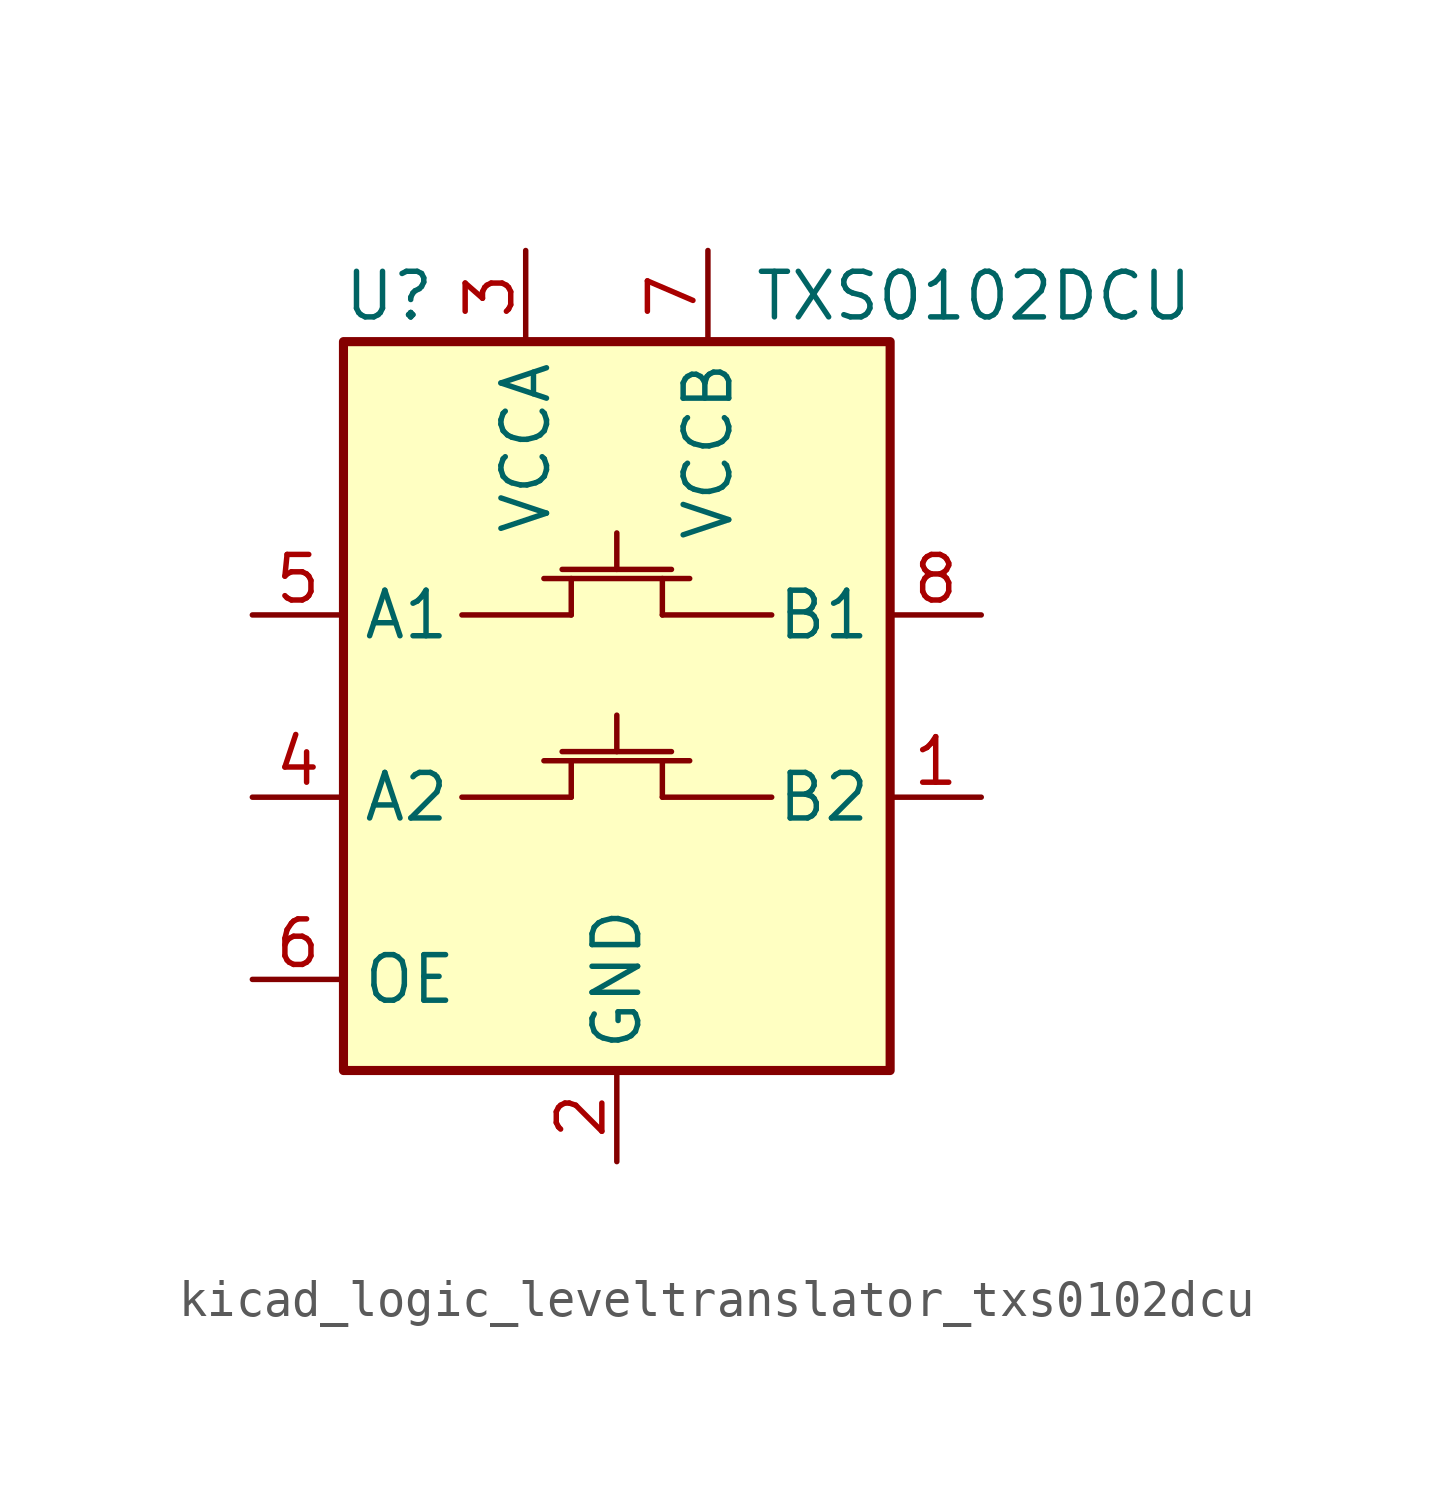
<source format=kicad_sym>
(kicad_symbol_lib
  (version 20220914)
  (generator kicad_symbol_editor)
  (symbol "kicad_logic_leveltranslator_txs0102dcu"
    (property "Reference" "U"
      (at -6.35 11.43 0)
      (effects (font (size 1.27 1.27))))
    (property "Value" "TXS0102DCU"
      (at 3.81 11.43 0)
      (effects (font (size 1.27 1.27)) (justify left)))
    (symbol "kicad_logic_leveltranslator_txs0102dcu_0_1"
      (rectangle (start -7.62 10.16) (end 7.62 -10.16) (stroke (width 0.254) (type default)) (fill (type background)))
      (polyline (pts (xy -4.318 -2.54) (xy -1.27 -2.54)) (stroke (width 0) (type default)) (fill (type none)))
      (polyline (pts (xy -2.032 -1.524) (xy 2.032 -1.524)) (stroke (width 0) (type default)) (fill (type none)))
      (polyline (pts (xy -1.524 -1.27) (xy 1.524 -1.27)) (stroke (width 0) (type default)) (fill (type none)))
      (polyline (pts (xy -1.27 -2.54) (xy -1.27 -1.524)) (stroke (width 0) (type default)) (fill (type none)))
      (polyline (pts (xy 0 -1.27) (xy 0 -0.254)) (stroke (width 0) (type default)) (fill (type none)))
      (polyline (pts (xy 1.27 -2.54) (xy 1.27 -1.524)) (stroke (width 0) (type default)) (fill (type none)))
      (polyline (pts (xy 4.318 -2.54) (xy 1.27 -2.54)) (stroke (width 0) (type default)) (fill (type none))))
    (symbol "kicad_logic_leveltranslator_txs0102dcu_1_1"
      (polyline (pts (xy -4.318 2.54) (xy -1.27 2.54)) (stroke (width 0) (type default)) (fill (type none)))
      (polyline (pts (xy -2.032 3.556) (xy 2.032 3.556)) (stroke (width 0) (type default)) (fill (type none)))
      (polyline (pts (xy -1.524 3.81) (xy 1.524 3.81)) (stroke (width 0) (type default)) (fill (type none)))
      (polyline (pts (xy -1.27 2.54) (xy -1.27 3.556)) (stroke (width 0) (type default)) (fill (type none)))
      (polyline (pts (xy 0 3.81) (xy 0 4.826)) (stroke (width 0) (type default)) (fill (type none)))
      (polyline (pts (xy 1.27 2.54) (xy 1.27 3.556)) (stroke (width 0) (type default)) (fill (type none)))
      (polyline (pts (xy 4.318 2.54) (xy 1.27 2.54)) (stroke (width 0) (type default)) (fill (type none)))
      (pin bidirectional line (at 10.16 -2.54 180) (length 2.54) (name "B2" (effects (font (size 1.27 1.27)))) (number "1" (effects (font (size 1.27 1.27)))))
      (pin power_in line (at 0 -12.7 90) (length 2.54) (name "GND" (effects (font (size 1.27 1.27)))) (number "2" (effects (font (size 1.27 1.27)))))
      (pin power_in line (at -2.54 12.7 270) (length 2.54) (name "VCCA" (effects (font (size 1.27 1.27)))) (number "3" (effects (font (size 1.27 1.27)))))
      (pin bidirectional line (at -10.16 -2.54 0) (length 2.54) (name "A2" (effects (font (size 1.27 1.27)))) (number "4" (effects (font (size 1.27 1.27)))))
      (pin bidirectional line (at -10.16 2.54 0) (length 2.54) (name "A1" (effects (font (size 1.27 1.27)))) (number "5" (effects (font (size 1.27 1.27)))))
      (pin input line (at -10.16 -7.62 0) (length 2.54) (name "OE" (effects (font (size 1.27 1.27)))) (number "6" (effects (font (size 1.27 1.27)))))
      (pin power_in line (at 2.54 12.7 270) (length 2.54) (name "VCCB" (effects (font (size 1.27 1.27)))) (number "7" (effects (font (size 1.27 1.27)))))
      (pin bidirectional line (at 10.16 2.54 180) (length 2.54) (name "B1" (effects (font (size 1.27 1.27)))) (number "8" (effects (font (size 1.27 1.27))))))))
</source>
